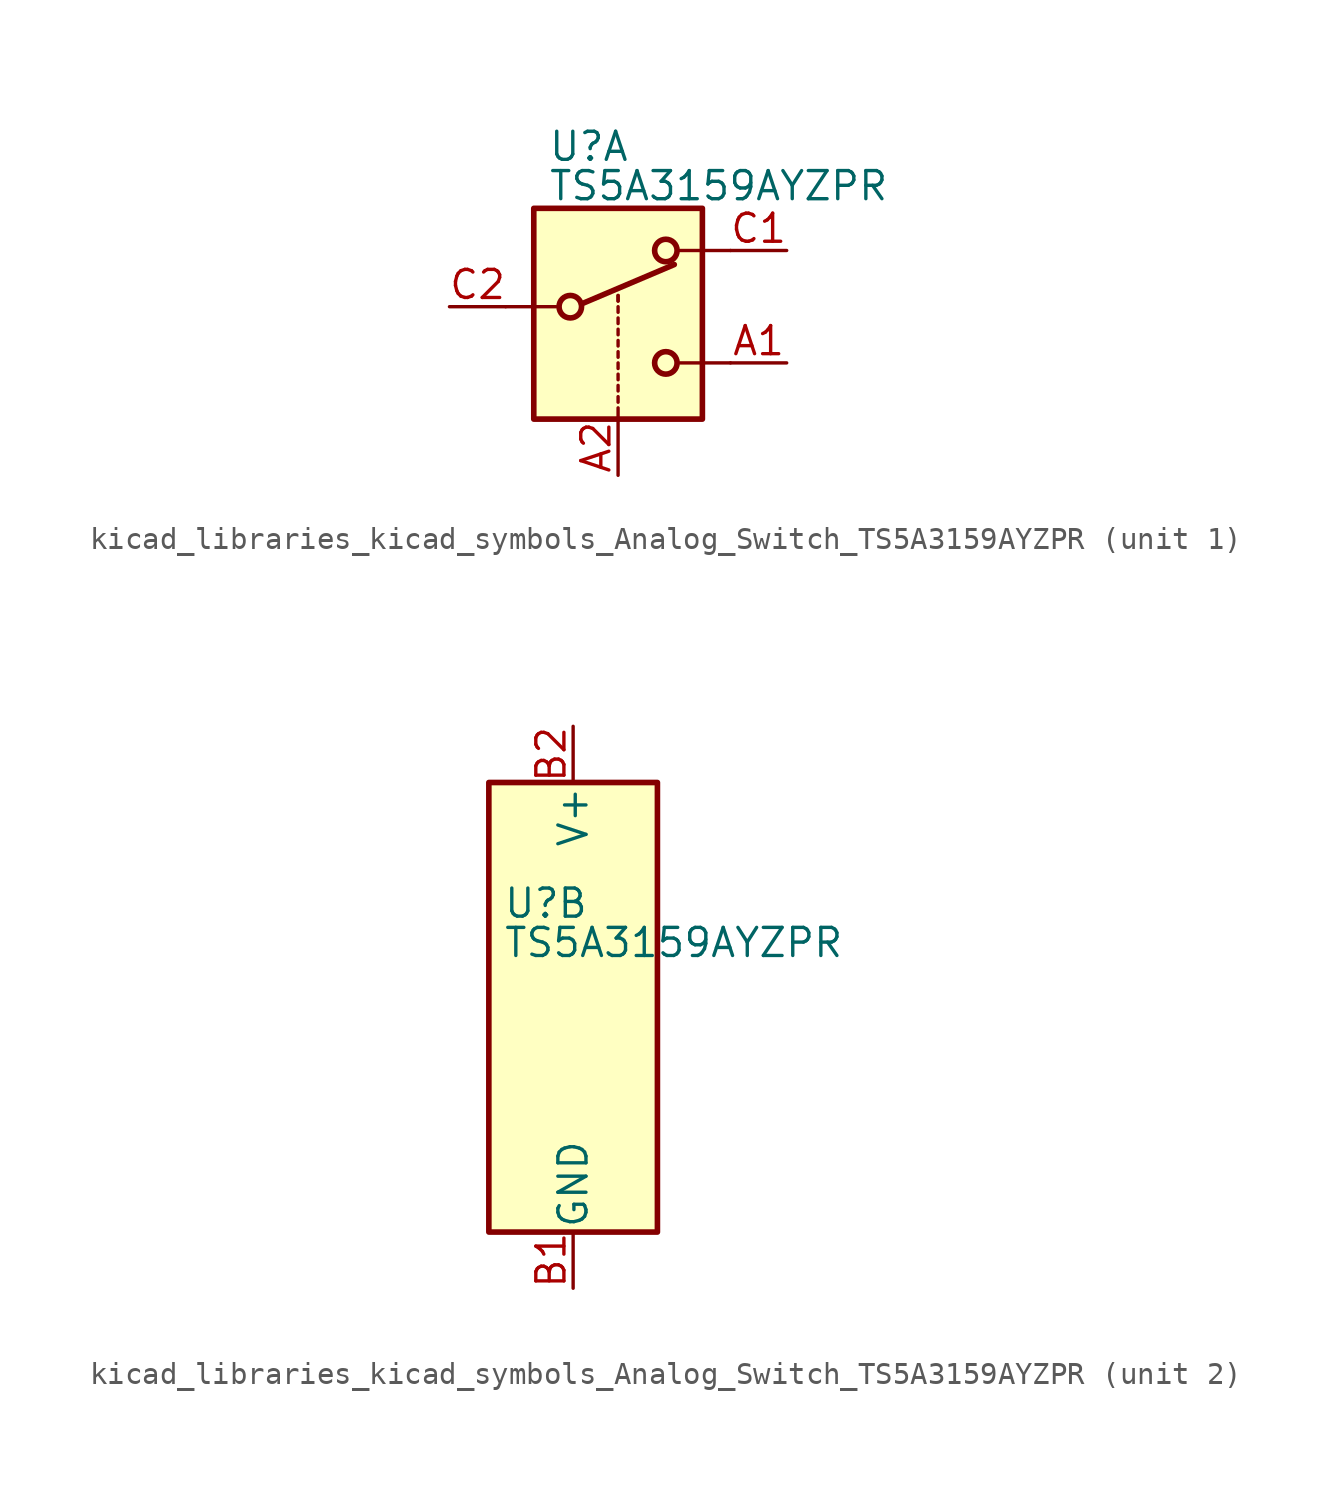
<source format=kicad_sym>
(kicad_symbol_lib
  (version 20220914)
  (generator kicad_symbol_editor)
  (symbol "kicad_libraries_kicad_symbols_Analog_Switch_TS5A3159AYZPR"
    (pin_names
      (offset 0.127))
    (property "Reference" "U"
      (at -3.175 4.699 0)
      (effects (font (size 1.27 1.27)) (justify left)))
    (property "Value" "TS5A3159AYZPR"
      (at -3.175 2.921 0)
      (effects (font (size 1.27 1.27)) (justify left)))
    (symbol "kicad_libraries_kicad_symbols_Analog_Switch_TS5A3159AYZPR_1_1"
      (rectangle (start -3.81 1.905) (end 3.81 -7.62) (stroke (width 0.254) (type default)) (fill (type background)))
      (circle (center -2.159 -2.54) (radius 0.508) (stroke (width 0.254) (type default)) (fill (type none)))
      (polyline (pts (xy -5.08 -2.54) (xy -2.794 -2.54)) (stroke (width 0) (type default)) (fill (type none)))
      (polyline (pts (xy -1.651 -2.413) (xy 2.54 -0.635)) (stroke (width 0.254) (type default)) (fill (type none)))
      (polyline (pts (xy 0 -7.62) (xy 0 -7.112)) (stroke (width 0) (type default)) (fill (type none)))
      (polyline (pts (xy 0 -6.858) (xy 0 -6.604)) (stroke (width 0) (type default)) (fill (type none)))
      (polyline (pts (xy 0 -6.35) (xy 0 -6.096)) (stroke (width 0) (type default)) (fill (type none)))
      (polyline (pts (xy 0 -5.842) (xy 0 -5.588)) (stroke (width 0) (type default)) (fill (type none)))
      (polyline (pts (xy 0 -5.334) (xy 0 -5.08)) (stroke (width 0) (type default)) (fill (type none)))
      (polyline (pts (xy 0 -4.826) (xy 0 -4.572)) (stroke (width 0) (type default)) (fill (type none)))
      (polyline (pts (xy 0 -4.318) (xy 0 -4.064)) (stroke (width 0) (type default)) (fill (type none)))
      (polyline (pts (xy 0 -3.81) (xy 0 -3.556)) (stroke (width 0) (type default)) (fill (type none)))
      (polyline (pts (xy 0 -3.302) (xy 0 -3.048)) (stroke (width 0) (type default)) (fill (type none)))
      (polyline (pts (xy 0 -2.794) (xy 0 -2.54)) (stroke (width 0) (type default)) (fill (type none)))
      (polyline (pts (xy 0 -2.286) (xy 0 -2.032)) (stroke (width 0) (type default)) (fill (type none)))
      (polyline (pts (xy 0 -2.286) (xy 0 -2.032)) (stroke (width 0) (type default)) (fill (type none)))
      (polyline (pts (xy 5.08 -5.08) (xy 2.794 -5.08)) (stroke (width 0) (type default)) (fill (type none)))
      (polyline (pts (xy 5.08 0) (xy 2.794 0)) (stroke (width 0) (type default)) (fill (type none)))
      (circle (center 2.159 -5.08) (radius 0.508) (stroke (width 0.254) (type default)) (fill (type none)))
      (circle (center 2.159 0) (radius 0.508) (stroke (width 0.254) (type default)) (fill (type none)))
      (pin passive line (at 7.62 -5.08 180) (length 2.54) (name "~" (effects (font (size 1.27 1.27)))) (number "A1" (effects (font (size 1.27 1.27)))))
      (pin input line (at 0 -10.16 90) (length 2.54) (name "~" (effects (font (size 1.27 1.27)))) (number "A2" (effects (font (size 1.27 1.27)))))
      (pin passive line (at 7.62 0 180) (length 2.54) (name "~" (effects (font (size 1.27 1.27)))) (number "C1" (effects (font (size 1.27 1.27)))))
      (pin passive line (at -7.62 -2.54 0) (length 2.54) (name "~" (effects (font (size 1.27 1.27)))) (number "C2" (effects (font (size 1.27 1.27))))))
    (symbol "kicad_libraries_kicad_symbols_Analog_Switch_TS5A3159AYZPR_2_0"
      (pin power_in line (at 0 -12.7 90) (length 2.54) (name "GND" (effects (font (size 1.27 1.27)))) (number "B1" (effects (font (size 1.27 1.27)))))
      (pin power_in line (at 0 12.7 270) (length 2.54) (name "V+" (effects (font (size 1.27 1.27)))) (number "B2" (effects (font (size 1.27 1.27))))))
    (symbol "kicad_libraries_kicad_symbols_Analog_Switch_TS5A3159AYZPR_2_1"
      (rectangle (start -3.81 10.16) (end 3.81 -10.16) (stroke (width 0.254) (type default)) (fill (type background))))))
</source>
